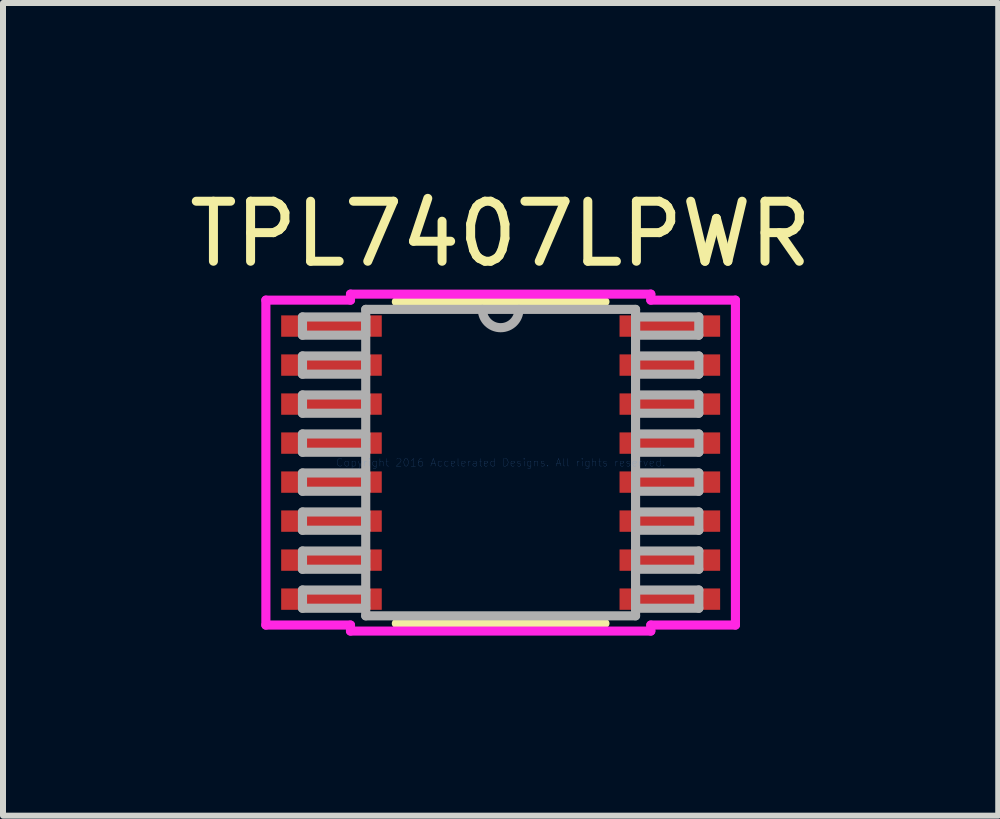
<source format=kicad_pcb>
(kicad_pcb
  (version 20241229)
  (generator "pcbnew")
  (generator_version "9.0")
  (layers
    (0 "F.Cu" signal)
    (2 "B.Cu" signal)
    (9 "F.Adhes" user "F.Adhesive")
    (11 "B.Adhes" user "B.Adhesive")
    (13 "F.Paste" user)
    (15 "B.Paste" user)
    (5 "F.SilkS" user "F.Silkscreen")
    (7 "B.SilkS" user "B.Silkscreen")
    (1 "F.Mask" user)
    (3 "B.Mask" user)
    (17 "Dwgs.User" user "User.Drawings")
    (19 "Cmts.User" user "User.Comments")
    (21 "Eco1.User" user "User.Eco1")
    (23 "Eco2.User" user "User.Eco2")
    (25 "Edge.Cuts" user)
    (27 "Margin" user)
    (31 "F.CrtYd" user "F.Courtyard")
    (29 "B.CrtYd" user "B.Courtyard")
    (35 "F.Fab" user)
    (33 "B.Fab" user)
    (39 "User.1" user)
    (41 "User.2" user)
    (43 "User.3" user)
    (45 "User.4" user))
  (footprint "TPL7407LPWR"
    (layer "F.Cu")
    (at 5.292 4.658)
    (property "Reference" "TPL7407LPWR" (at 0 -3.81 0) (layer "F.SilkS") (effects (font (size 1 1) (thickness 0.15))))
    (attr through_hole)
    (fp_line (start -1.738 2.68) (end 1.738 2.68) (stroke (width 0.152) (type solid)) (layer "F.SilkS"))
    (fp_line (start 1.738 -2.68) (end -1.738 -2.68) (stroke (width 0.152) (type solid)) (layer "F.SilkS"))
    (fp_line (start -3.912 -2.707) (end -2.502 -2.707) (stroke (width 0.152) (type solid)) (layer "F.CrtYd"))
    (fp_line (start -3.912 2.707) (end -3.912 -2.707) (stroke (width 0.152) (type solid)) (layer "F.CrtYd"))
    (fp_line (start -2.502 -2.807) (end 2.502 -2.807) (stroke (width 0.152) (type solid)) (layer "F.CrtYd"))
    (fp_line (start -2.502 -2.707) (end -2.502 -2.807) (stroke (width 0.152) (type solid)) (layer "F.CrtYd"))
    (fp_line (start -2.502 2.707) (end -3.912 2.707) (stroke (width 0.152) (type solid)) (layer "F.CrtYd"))
    (fp_line (start -2.502 2.807) (end -2.502 2.707) (stroke (width 0.152) (type solid)) (layer "F.CrtYd"))
    (fp_line (start 2.502 -2.807) (end 2.502 -2.707) (stroke (width 0.152) (type solid)) (layer "F.CrtYd"))
    (fp_line (start 2.502 -2.707) (end 3.912 -2.707) (stroke (width 0.152) (type solid)) (layer "F.CrtYd"))
    (fp_line (start 2.502 2.707) (end 2.502 2.807) (stroke (width 0.152) (type solid)) (layer "F.CrtYd"))
    (fp_line (start 2.502 2.807) (end -2.502 2.807) (stroke (width 0.152) (type solid)) (layer "F.CrtYd"))
    (fp_line (start 3.912 -2.707) (end 3.912 2.707) (stroke (width 0.152) (type solid)) (layer "F.CrtYd"))
    (fp_line (start 3.912 2.707) (end 2.502 2.707) (stroke (width 0.152) (type solid)) (layer "F.CrtYd"))
    (fp_line (start -3.302 -2.427) (end -3.302 -2.123) (stroke (width 0.152) (type solid)) (layer "F.Fab"))
    (fp_line (start -3.302 -2.123) (end -2.248 -2.123) (stroke (width 0.152) (type solid)) (layer "F.Fab"))
    (fp_line (start -3.302 -1.777) (end -3.302 -1.473) (stroke (width 0.152) (type solid)) (layer "F.Fab"))
    (fp_line (start -3.302 -1.473) (end -2.248 -1.473) (stroke (width 0.152) (type solid)) (layer "F.Fab"))
    (fp_line (start -3.302 -1.127) (end -3.302 -0.823) (stroke (width 0.152) (type solid)) (layer "F.Fab"))
    (fp_line (start -3.302 -0.823) (end -2.248 -0.823) (stroke (width 0.152) (type solid)) (layer "F.Fab"))
    (fp_line (start -3.302 -0.477) (end -3.302 -0.173) (stroke (width 0.152) (type solid)) (layer "F.Fab"))
    (fp_line (start -3.302 -0.173) (end -2.248 -0.173) (stroke (width 0.152) (type solid)) (layer "F.Fab"))
    (fp_line (start -3.302 0.173) (end -3.302 0.477) (stroke (width 0.152) (type solid)) (layer "F.Fab"))
    (fp_line (start -3.302 0.477) (end -2.248 0.477) (stroke (width 0.152) (type solid)) (layer "F.Fab"))
    (fp_line (start -3.302 0.823) (end -3.302 1.127) (stroke (width 0.152) (type solid)) (layer "F.Fab"))
    (fp_line (start -3.302 1.127) (end -2.248 1.127) (stroke (width 0.152) (type solid)) (layer "F.Fab"))
    (fp_line (start -3.302 1.473) (end -3.302 1.777) (stroke (width 0.152) (type solid)) (layer "F.Fab"))
    (fp_line (start -3.302 1.777) (end -2.248 1.777) (stroke (width 0.152) (type solid)) (layer "F.Fab"))
    (fp_line (start -3.302 2.123) (end -3.302 2.427) (stroke (width 0.152) (type solid)) (layer "F.Fab"))
    (fp_line (start -3.302 2.427) (end -2.248 2.427) (stroke (width 0.152) (type solid)) (layer "F.Fab"))
    (fp_line (start -2.248 -2.553) (end -2.248 2.553) (stroke (width 0.152) (type solid)) (layer "F.Fab"))
    (fp_line (start -2.248 -2.427) (end -3.302 -2.427) (stroke (width 0.152) (type solid)) (layer "F.Fab"))
    (fp_line (start -2.248 -2.123) (end -2.248 -2.427) (stroke (width 0.152) (type solid)) (layer "F.Fab"))
    (fp_line (start -2.248 -1.777) (end -3.302 -1.777) (stroke (width 0.152) (type solid)) (layer "F.Fab"))
    (fp_line (start -2.248 -1.473) (end -2.248 -1.777) (stroke (width 0.152) (type solid)) (layer "F.Fab"))
    (fp_line (start -2.248 -1.127) (end -3.302 -1.127) (stroke (width 0.152) (type solid)) (layer "F.Fab"))
    (fp_line (start -2.248 -0.823) (end -2.248 -1.127) (stroke (width 0.152) (type solid)) (layer "F.Fab"))
    (fp_line (start -2.248 -0.477) (end -3.302 -0.477) (stroke (width 0.152) (type solid)) (layer "F.Fab"))
    (fp_line (start -2.248 -0.173) (end -2.248 -0.477) (stroke (width 0.152) (type solid)) (layer "F.Fab"))
    (fp_line (start -2.248 0.173) (end -3.302 0.173) (stroke (width 0.152) (type solid)) (layer "F.Fab"))
    (fp_line (start -2.248 0.477) (end -2.248 0.173) (stroke (width 0.152) (type solid)) (layer "F.Fab"))
    (fp_line (start -2.248 0.823) (end -3.302 0.823) (stroke (width 0.152) (type solid)) (layer "F.Fab"))
    (fp_line (start -2.248 1.127) (end -2.248 0.823) (stroke (width 0.152) (type solid)) (layer "F.Fab"))
    (fp_line (start -2.248 1.473) (end -3.302 1.473) (stroke (width 0.152) (type solid)) (layer "F.Fab"))
    (fp_line (start -2.248 1.777) (end -2.248 1.473) (stroke (width 0.152) (type solid)) (layer "F.Fab"))
    (fp_line (start -2.248 2.123) (end -3.302 2.123) (stroke (width 0.152) (type solid)) (layer "F.Fab"))
    (fp_line (start -2.248 2.427) (end -2.248 2.123) (stroke (width 0.152) (type solid)) (layer "F.Fab"))
    (fp_line (start -2.248 2.553) (end 2.248 2.553) (stroke (width 0.152) (type solid)) (layer "F.Fab"))
    (fp_line (start 2.248 -2.553) (end -2.248 -2.553) (stroke (width 0.152) (type solid)) (layer "F.Fab"))
    (fp_line (start 2.248 -2.427) (end 2.248 -2.123) (stroke (width 0.152) (type solid)) (layer "F.Fab"))
    (fp_line (start 2.248 -2.123) (end 3.302 -2.123) (stroke (width 0.152) (type solid)) (layer "F.Fab"))
    (fp_line (start 2.248 -1.777) (end 2.248 -1.473) (stroke (width 0.152) (type solid)) (layer "F.Fab"))
    (fp_line (start 2.248 -1.473) (end 3.302 -1.473) (stroke (width 0.152) (type solid)) (layer "F.Fab"))
    (fp_line (start 2.248 -1.127) (end 2.248 -0.823) (stroke (width 0.152) (type solid)) (layer "F.Fab"))
    (fp_line (start 2.248 -0.823) (end 3.302 -0.823) (stroke (width 0.152) (type solid)) (layer "F.Fab"))
    (fp_line (start 2.248 -0.477) (end 2.248 -0.173) (stroke (width 0.152) (type solid)) (layer "F.Fab"))
    (fp_line (start 2.248 -0.173) (end 3.302 -0.173) (stroke (width 0.152) (type solid)) (layer "F.Fab"))
    (fp_line (start 2.248 0.173) (end 2.248 0.477) (stroke (width 0.152) (type solid)) (layer "F.Fab"))
    (fp_line (start 2.248 0.477) (end 3.302 0.477) (stroke (width 0.152) (type solid)) (layer "F.Fab"))
    (fp_line (start 2.248 0.823) (end 2.248 1.127) (stroke (width 0.152) (type solid)) (layer "F.Fab"))
    (fp_line (start 2.248 1.127) (end 3.302 1.127) (stroke (width 0.152) (type solid)) (layer "F.Fab"))
    (fp_line (start 2.248 1.473) (end 2.248 1.777) (stroke (width 0.152) (type solid)) (layer "F.Fab"))
    (fp_line (start 2.248 1.777) (end 3.302 1.777) (stroke (width 0.152) (type solid)) (layer "F.Fab"))
    (fp_line (start 2.248 2.123) (end 2.248 2.427) (stroke (width 0.152) (type solid)) (layer "F.Fab"))
    (fp_line (start 2.248 2.427) (end 3.302 2.427) (stroke (width 0.152) (type solid)) (layer "F.Fab"))
    (fp_line (start 2.248 2.553) (end 2.248 -2.553) (stroke (width 0.152) (type solid)) (layer "F.Fab"))
    (fp_line (start 3.302 -2.427) (end 2.248 -2.427) (stroke (width 0.152) (type solid)) (layer "F.Fab"))
    (fp_line (start 3.302 -2.123) (end 3.302 -2.427) (stroke (width 0.152) (type solid)) (layer "F.Fab"))
    (fp_line (start 3.302 -1.777) (end 2.248 -1.777) (stroke (width 0.152) (type solid)) (layer "F.Fab"))
    (fp_line (start 3.302 -1.473) (end 3.302 -1.777) (stroke (width 0.152) (type solid)) (layer "F.Fab"))
    (fp_line (start 3.302 -1.127) (end 2.248 -1.127) (stroke (width 0.152) (type solid)) (layer "F.Fab"))
    (fp_line (start 3.302 -0.823) (end 3.302 -1.127) (stroke (width 0.152) (type solid)) (layer "F.Fab"))
    (fp_line (start 3.302 -0.477) (end 2.248 -0.477) (stroke (width 0.152) (type solid)) (layer "F.Fab"))
    (fp_line (start 3.302 -0.173) (end 3.302 -0.477) (stroke (width 0.152) (type solid)) (layer "F.Fab"))
    (fp_line (start 3.302 0.173) (end 2.248 0.173) (stroke (width 0.152) (type solid)) (layer "F.Fab"))
    (fp_line (start 3.302 0.477) (end 3.302 0.173) (stroke (width 0.152) (type solid)) (layer "F.Fab"))
    (fp_line (start 3.302 0.823) (end 2.248 0.823) (stroke (width 0.152) (type solid)) (layer "F.Fab"))
    (fp_line (start 3.302 1.127) (end 3.302 0.823) (stroke (width 0.152) (type solid)) (layer "F.Fab"))
    (fp_line (start 3.302 1.473) (end 2.248 1.473) (stroke (width 0.152) (type solid)) (layer "F.Fab"))
    (fp_line (start 3.302 1.777) (end 3.302 1.473) (stroke (width 0.152) (type solid)) (layer "F.Fab"))
    (fp_line (start 3.302 2.123) (end 2.248 2.123) (stroke (width 0.152) (type solid)) (layer "F.Fab"))
    (fp_line (start 3.302 2.427) (end 3.302 2.123) (stroke (width 0.152) (type solid)) (layer "F.Fab"))
    (fp_arc (start 0.3048 -2.5527) (mid 0 -2.2479) (end -0.3048 -2.5527) (stroke (width 0.1524) (type solid)) (layer "F.Fab"))
    (fp_text user "Copyright 2016 Accelerated Designs. All rights reserved." (at 0 0 0) (layer "Cmts.User") (effects (font (size 0.127 0.127) (thickness 0.002))))
    (pad "1" smd rect (at -2.819 -2.275) (size 1.676 0.356) (layers "F.Cu" "F.Mask" "F.Paste"))
    (pad "2" smd rect (at -2.819 -1.625) (size 1.676 0.356) (layers "F.Cu" "F.Mask" "F.Paste"))
    (pad "3" smd rect (at -2.819 -0.975) (size 1.676 0.356) (layers "F.Cu" "F.Mask" "F.Paste"))
    (pad "4" smd rect (at -2.819 -0.325) (size 1.676 0.356) (layers "F.Cu" "F.Mask" "F.Paste"))
    (pad "5" smd rect (at -2.819 0.325) (size 1.676 0.356) (layers "F.Cu" "F.Mask" "F.Paste"))
    (pad "6" smd rect (at -2.819 0.975) (size 1.676 0.356) (layers "F.Cu" "F.Mask" "F.Paste"))
    (pad "7" smd rect (at -2.819 1.625) (size 1.676 0.356) (layers "F.Cu" "F.Mask" "F.Paste"))
    (pad "8" smd rect (at -2.819 2.275) (size 1.676 0.356) (layers "F.Cu" "F.Mask" "F.Paste"))
    (pad "9" smd rect (at 2.819 2.275) (size 1.676 0.356) (layers "F.Cu" "F.Mask" "F.Paste"))
    (pad "10" smd rect (at 2.819 1.625) (size 1.676 0.356) (layers "F.Cu" "F.Mask" "F.Paste"))
    (pad "11" smd rect (at 2.819 0.975) (size 1.676 0.356) (layers "F.Cu" "F.Mask" "F.Paste"))
    (pad "12" smd rect (at 2.819 0.325) (size 1.676 0.356) (layers "F.Cu" "F.Mask" "F.Paste"))
    (pad "13" smd rect (at 2.819 -0.325) (size 1.676 0.356) (layers "F.Cu" "F.Mask" "F.Paste"))
    (pad "14" smd rect (at 2.819 -0.975) (size 1.676 0.356) (layers "F.Cu" "F.Mask" "F.Paste"))
    (pad "15" smd rect (at 2.819 -1.625) (size 1.676 0.356) (layers "F.Cu" "F.Mask" "F.Paste"))
    (pad "16" smd rect (at 2.819 -2.275) (size 1.676 0.356) (layers "F.Cu" "F.Mask" "F.Paste")))
  (gr_rect
    (start -3 -3)
    (end 13.583 10.541)
    (stroke (width 0.1) (type default))
    (fill no)
    (layer "Edge.Cuts")))
</source>
